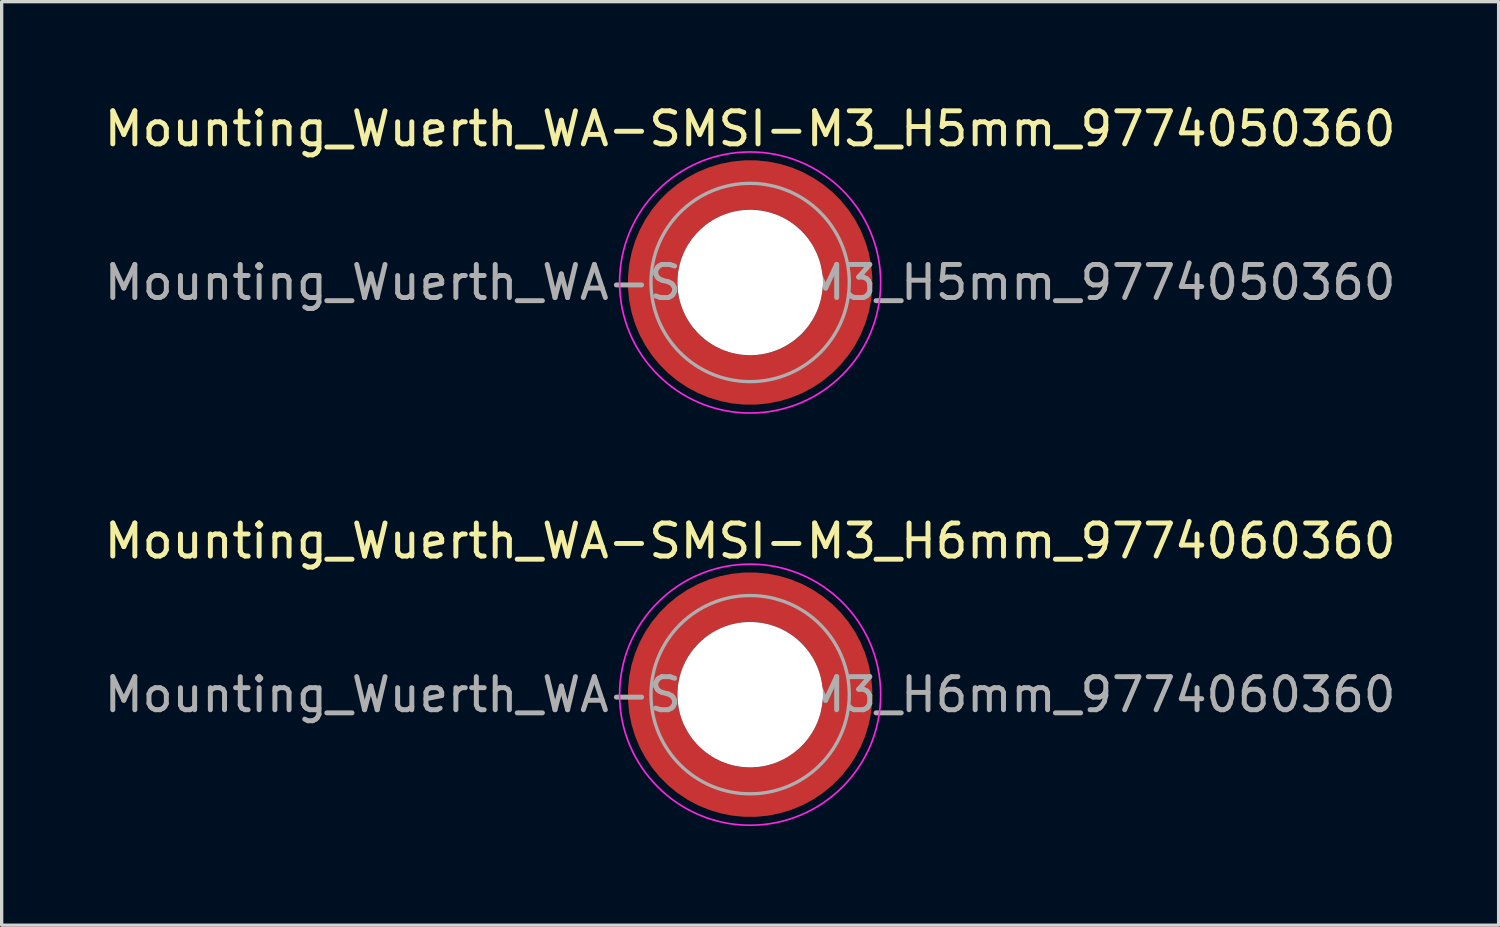
<source format=kicad_pcb>
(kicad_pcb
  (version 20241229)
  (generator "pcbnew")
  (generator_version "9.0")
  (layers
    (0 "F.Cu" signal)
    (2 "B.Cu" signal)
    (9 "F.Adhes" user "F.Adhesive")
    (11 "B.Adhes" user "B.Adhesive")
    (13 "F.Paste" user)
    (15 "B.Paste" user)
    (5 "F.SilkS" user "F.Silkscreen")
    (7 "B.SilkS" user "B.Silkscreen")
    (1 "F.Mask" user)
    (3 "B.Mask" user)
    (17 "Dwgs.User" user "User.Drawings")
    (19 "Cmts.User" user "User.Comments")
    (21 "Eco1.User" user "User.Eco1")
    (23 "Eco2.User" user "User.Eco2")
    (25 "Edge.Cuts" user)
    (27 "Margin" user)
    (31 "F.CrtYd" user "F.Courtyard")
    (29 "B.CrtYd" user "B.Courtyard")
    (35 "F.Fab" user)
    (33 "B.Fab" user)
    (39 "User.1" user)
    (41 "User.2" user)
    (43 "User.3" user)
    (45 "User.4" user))
  (footprint "Mounting_Wuerth_WA-SMSI-M3_H5mm_9774050360"
    (layer "F.Cu")
    (at 19.649 5.498)
    (property "Reference" "Mounting_Wuerth_WA-SMSI-M3_H5mm_9774050360" (at 0 -4.65 0) (layer "F.SilkS") (effects (font (size 1 1) (thickness 0.15))))
    (attr smd)
    (fp_circle (center 0 0) (end 3.95 0) (stroke (width 0.05) (type solid)) (fill no) (layer "F.CrtYd"))
    (fp_circle (center 0 0) (end 3 0) (stroke (width 0.1) (type solid)) (fill no) (layer "F.Fab"))
    (fp_text user "${REFERENCE}" (at 0 0 0) (layer "F.Fab") (effects (font (size 1 1) (thickness 0.15))))
    (pad "" smd custom (at -2.058 -2.058) (size 0.7 0.7) (layers "F.Paste") (options (anchor circle)) (primitives (gr_arc (start -0.377294 1.707681) (mid 0.318198 0.318198) (end 1.707681 -0.377294) (width 0.2)) (gr_arc (start -0.478281 1.707681) (mid 0.247487 0.247487) (end 1.707681 -0.478281) (width 0.2)) (gr_arc (start -0.579192 1.707681) (mid 0.176777 0.176777) (end 1.707681 -0.579192) (width 0.2)) (gr_arc (start -0.680037 1.707681) (mid 0.106066 0.106066) (end 1.707681 -0.680037) (width 0.2)) (gr_arc (start -0.780822 1.707681) (mid 0.035356 0.035356) (end 1.707681 -0.780822) (width 0.2)) (gr_arc (start -0.881554 1.707681) (mid -0.035355 -0.035355) (end 1.707681 -0.881554) (width 0.2)) (gr_arc (start -0.982237 1.707681) (mid -0.106066 -0.106066) (end 1.707681 -0.982237) (width 0.2)) (gr_arc (start -1.082877 1.707681) (mid -0.176777 -0.176777) (end 1.707681 -1.082877) (width 0.2)) (gr_arc (start -1.183476 1.707681) (mid -0.247487 -0.247487) (end 1.707681 -1.183476) (width 0.2)) (gr_arc (start -1.28404 1.707681) (mid -0.318198 -0.318198) (end 1.707681 -1.28404) (width 0.2)) (gr_line (start 1.708 -0.377) (end 1.708 -1.284) (width 0.2)) (gr_line (start -0.377 1.708) (end -1.284 1.708) (width 0.2))))
    (pad "" smd custom (at -2.058 2.058) (size 0.7 0.7) (layers "F.Paste") (options (anchor circle)) (primitives (gr_arc (start 1.707681 0.377294) (mid 0.318198 -0.318198) (end -0.377294 -1.707681) (width 0.2)) (gr_arc (start 1.707681 0.478281) (mid 0.247487 -0.247487) (end -0.478281 -1.707681) (width 0.2)) (gr_arc (start 1.707681 0.579192) (mid 0.176777 -0.176777) (end -0.579192 -1.707681) (width 0.2)) (gr_arc (start 1.707681 0.680037) (mid 0.106066 -0.106066) (end -0.680037 -1.707681) (width 0.2)) (gr_arc (start 1.707681 0.780822) (mid 0.035356 -0.035356) (end -0.780822 -1.707681) (width 0.2)) (gr_arc (start 1.707681 0.881554) (mid -0.035355 0.035355) (end -0.881554 -1.707681) (width 0.2)) (gr_arc (start 1.707681 0.982237) (mid -0.106066 0.106066) (end -0.982237 -1.707681) (width 0.2)) (gr_arc (start 1.707681 1.082877) (mid -0.176777 0.176777) (end -1.082877 -1.707681) (width 0.2)) (gr_arc (start 1.707681 1.183476) (mid -0.247487 0.247487) (end -1.183476 -1.707681) (width 0.2)) (gr_arc (start 1.707681 1.28404) (mid -0.318198 0.318198) (end -1.28404 -1.707681) (width 0.2)) (gr_line (start -0.377 -1.708) (end -1.284 -1.708) (width 0.2)) (gr_line (start 1.708 0.377) (end 1.708 1.284) (width 0.2))))
    (pad "" np_thru_hole circle (at 0 0) (size 4.4 4.4) (drill 4.4) (layers "*.Cu" "*.Mask"))
    (pad "" smd custom (at 2.058 -2.058) (size 0.7 0.7) (layers "F.Paste") (options (anchor circle)) (primitives (gr_arc (start -1.707681 -0.377294) (mid -0.318198 0.318198) (end 0.377294 1.707681) (width 0.2)) (gr_arc (start -1.707681 -0.478281) (mid -0.247487 0.247487) (end 0.478281 1.707681) (width 0.2)) (gr_arc (start -1.707681 -0.579192) (mid -0.176777 0.176777) (end 0.579192 1.707681) (width 0.2)) (gr_arc (start -1.707681 -0.680037) (mid -0.106066 0.106066) (end 0.680037 1.707681) (width 0.2)) (gr_arc (start -1.707681 -0.780822) (mid -0.035356 0.035356) (end 0.780822 1.707681) (width 0.2)) (gr_arc (start -1.707681 -0.881554) (mid 0.035355 -0.035355) (end 0.881554 1.707681) (width 0.2)) (gr_arc (start -1.707681 -0.982237) (mid 0.106066 -0.106066) (end 0.982237 1.707681) (width 0.2)) (gr_arc (start -1.707681 -1.082877) (mid 0.176777 -0.176777) (end 1.082877 1.707681) (width 0.2)) (gr_arc (start -1.707681 -1.183476) (mid 0.247487 -0.247487) (end 1.183476 1.707681) (width 0.2)) (gr_arc (start -1.707681 -1.28404) (mid 0.318198 -0.318198) (end 1.28404 1.707681) (width 0.2)) (gr_line (start 0.377 1.708) (end 1.284 1.708) (width 0.2)) (gr_line (start -1.708 -0.377) (end -1.708 -1.284) (width 0.2))))
    (pad "" smd custom (at 2.058 2.058) (size 0.7 0.7) (layers "F.Paste") (options (anchor circle)) (primitives (gr_arc (start 0.377294 -1.707681) (mid -0.318198 -0.318198) (end -1.707681 0.377294) (width 0.2)) (gr_arc (start 0.478281 -1.707681) (mid -0.247487 -0.247487) (end -1.707681 0.478281) (width 0.2)) (gr_arc (start 0.579192 -1.707681) (mid -0.176777 -0.176777) (end -1.707681 0.579192) (width 0.2)) (gr_arc (start 0.680037 -1.707681) (mid -0.106066 -0.106066) (end -1.707681 0.680037) (width 0.2)) (gr_arc (start 0.780822 -1.707681) (mid -0.035356 -0.035356) (end -1.707681 0.780822) (width 0.2)) (gr_arc (start 0.881554 -1.707681) (mid 0.035355 0.035355) (end -1.707681 0.881554) (width 0.2)) (gr_arc (start 0.982237 -1.707681) (mid 0.106066 0.106066) (end -1.707681 0.982237) (width 0.2)) (gr_arc (start 1.082877 -1.707681) (mid 0.176777 0.176777) (end -1.707681 1.082877) (width 0.2)) (gr_arc (start 1.183476 -1.707681) (mid 0.247487 0.247487) (end -1.707681 1.183476) (width 0.2)) (gr_arc (start 1.28404 -1.707681) (mid 0.318198 0.318198) (end -1.707681 1.28404) (width 0.2)) (gr_line (start -1.708 0.377) (end -1.708 1.284) (width 0.2)) (gr_line (start 0.377 -1.708) (end 1.284 -1.708) (width 0.2))))
    (pad "1" smd circle (at -2.95 0) (size 1.1 1.1) (layers "F.Cu"))
    (pad "1" smd circle (at 0 -2.95) (size 1.1 1.1) (layers "F.Cu"))
    (pad "1" smd circle (at 0 2.95) (size 1.1 1.1) (layers "F.Cu"))
    (pad "1" smd custom (at 2.95 0) (size 1.1 1.1) (layers "F.Cu" "F.Mask") (options (anchor circle)) (primitives (gr_circle (center -2.95 0) (end 0 0) (width 1.5) (fill no)))))
  (footprint "Mounting_Wuerth_WA-SMSI-M3_H6mm_9774060360"
    (layer "F.Cu")
    (at 19.649 17.971)
    (property "Reference" "Mounting_Wuerth_WA-SMSI-M3_H6mm_9774060360" (at 0 -4.65 0) (layer "F.SilkS") (effects (font (size 1 1) (thickness 0.15))))
    (attr smd)
    (fp_circle (center 0 0) (end 3.95 0) (stroke (width 0.05) (type solid)) (fill no) (layer "F.CrtYd"))
    (fp_circle (center 0 0) (end 3 0) (stroke (width 0.1) (type solid)) (fill no) (layer "F.Fab"))
    (fp_text user "${REFERENCE}" (at 0 0 0) (layer "F.Fab") (effects (font (size 1 1) (thickness 0.15))))
    (pad "" smd custom (at -2.058 -2.058) (size 0.7 0.7) (layers "F.Paste") (options (anchor circle)) (primitives (gr_arc (start -0.377294 1.707681) (mid 0.318198 0.318198) (end 1.707681 -0.377294) (width 0.2)) (gr_arc (start -0.478281 1.707681) (mid 0.247487 0.247487) (end 1.707681 -0.478281) (width 0.2)) (gr_arc (start -0.579192 1.707681) (mid 0.176777 0.176777) (end 1.707681 -0.579192) (width 0.2)) (gr_arc (start -0.680037 1.707681) (mid 0.106066 0.106066) (end 1.707681 -0.680037) (width 0.2)) (gr_arc (start -0.780822 1.707681) (mid 0.035356 0.035356) (end 1.707681 -0.780822) (width 0.2)) (gr_arc (start -0.881554 1.707681) (mid -0.035355 -0.035355) (end 1.707681 -0.881554) (width 0.2)) (gr_arc (start -0.982237 1.707681) (mid -0.106066 -0.106066) (end 1.707681 -0.982237) (width 0.2)) (gr_arc (start -1.082877 1.707681) (mid -0.176777 -0.176777) (end 1.707681 -1.082877) (width 0.2)) (gr_arc (start -1.183476 1.707681) (mid -0.247487 -0.247487) (end 1.707681 -1.183476) (width 0.2)) (gr_arc (start -1.28404 1.707681) (mid -0.318198 -0.318198) (end 1.707681 -1.28404) (width 0.2)) (gr_line (start 1.708 -0.377) (end 1.708 -1.284) (width 0.2)) (gr_line (start -0.377 1.708) (end -1.284 1.708) (width 0.2))))
    (pad "" smd custom (at -2.058 2.058) (size 0.7 0.7) (layers "F.Paste") (options (anchor circle)) (primitives (gr_arc (start 1.707681 0.377294) (mid 0.318198 -0.318198) (end -0.377294 -1.707681) (width 0.2)) (gr_arc (start 1.707681 0.478281) (mid 0.247487 -0.247487) (end -0.478281 -1.707681) (width 0.2)) (gr_arc (start 1.707681 0.579192) (mid 0.176777 -0.176777) (end -0.579192 -1.707681) (width 0.2)) (gr_arc (start 1.707681 0.680037) (mid 0.106066 -0.106066) (end -0.680037 -1.707681) (width 0.2)) (gr_arc (start 1.707681 0.780822) (mid 0.035356 -0.035356) (end -0.780822 -1.707681) (width 0.2)) (gr_arc (start 1.707681 0.881554) (mid -0.035355 0.035355) (end -0.881554 -1.707681) (width 0.2)) (gr_arc (start 1.707681 0.982237) (mid -0.106066 0.106066) (end -0.982237 -1.707681) (width 0.2)) (gr_arc (start 1.707681 1.082877) (mid -0.176777 0.176777) (end -1.082877 -1.707681) (width 0.2)) (gr_arc (start 1.707681 1.183476) (mid -0.247487 0.247487) (end -1.183476 -1.707681) (width 0.2)) (gr_arc (start 1.707681 1.28404) (mid -0.318198 0.318198) (end -1.28404 -1.707681) (width 0.2)) (gr_line (start -0.377 -1.708) (end -1.284 -1.708) (width 0.2)) (gr_line (start 1.708 0.377) (end 1.708 1.284) (width 0.2))))
    (pad "" np_thru_hole circle (at 0 0) (size 4.4 4.4) (drill 4.4) (layers "*.Cu" "*.Mask"))
    (pad "" smd custom (at 2.058 -2.058) (size 0.7 0.7) (layers "F.Paste") (options (anchor circle)) (primitives (gr_arc (start -1.707681 -0.377294) (mid -0.318198 0.318198) (end 0.377294 1.707681) (width 0.2)) (gr_arc (start -1.707681 -0.478281) (mid -0.247487 0.247487) (end 0.478281 1.707681) (width 0.2)) (gr_arc (start -1.707681 -0.579192) (mid -0.176777 0.176777) (end 0.579192 1.707681) (width 0.2)) (gr_arc (start -1.707681 -0.680037) (mid -0.106066 0.106066) (end 0.680037 1.707681) (width 0.2)) (gr_arc (start -1.707681 -0.780822) (mid -0.035356 0.035356) (end 0.780822 1.707681) (width 0.2)) (gr_arc (start -1.707681 -0.881554) (mid 0.035355 -0.035355) (end 0.881554 1.707681) (width 0.2)) (gr_arc (start -1.707681 -0.982237) (mid 0.106066 -0.106066) (end 0.982237 1.707681) (width 0.2)) (gr_arc (start -1.707681 -1.082877) (mid 0.176777 -0.176777) (end 1.082877 1.707681) (width 0.2)) (gr_arc (start -1.707681 -1.183476) (mid 0.247487 -0.247487) (end 1.183476 1.707681) (width 0.2)) (gr_arc (start -1.707681 -1.28404) (mid 0.318198 -0.318198) (end 1.28404 1.707681) (width 0.2)) (gr_line (start 0.377 1.708) (end 1.284 1.708) (width 0.2)) (gr_line (start -1.708 -0.377) (end -1.708 -1.284) (width 0.2))))
    (pad "" smd custom (at 2.058 2.058) (size 0.7 0.7) (layers "F.Paste") (options (anchor circle)) (primitives (gr_arc (start 0.377294 -1.707681) (mid -0.318198 -0.318198) (end -1.707681 0.377294) (width 0.2)) (gr_arc (start 0.478281 -1.707681) (mid -0.247487 -0.247487) (end -1.707681 0.478281) (width 0.2)) (gr_arc (start 0.579192 -1.707681) (mid -0.176777 -0.176777) (end -1.707681 0.579192) (width 0.2)) (gr_arc (start 0.680037 -1.707681) (mid -0.106066 -0.106066) (end -1.707681 0.680037) (width 0.2)) (gr_arc (start 0.780822 -1.707681) (mid -0.035356 -0.035356) (end -1.707681 0.780822) (width 0.2)) (gr_arc (start 0.881554 -1.707681) (mid 0.035355 0.035355) (end -1.707681 0.881554) (width 0.2)) (gr_arc (start 0.982237 -1.707681) (mid 0.106066 0.106066) (end -1.707681 0.982237) (width 0.2)) (gr_arc (start 1.082877 -1.707681) (mid 0.176777 0.176777) (end -1.707681 1.082877) (width 0.2)) (gr_arc (start 1.183476 -1.707681) (mid 0.247487 0.247487) (end -1.707681 1.183476) (width 0.2)) (gr_arc (start 1.28404 -1.707681) (mid 0.318198 0.318198) (end -1.707681 1.28404) (width 0.2)) (gr_line (start -1.708 0.377) (end -1.708 1.284) (width 0.2)) (gr_line (start 0.377 -1.708) (end 1.284 -1.708) (width 0.2))))
    (pad "1" smd circle (at -2.95 0) (size 1.1 1.1) (layers "F.Cu"))
    (pad "1" smd circle (at 0 -2.95) (size 1.1 1.1) (layers "F.Cu"))
    (pad "1" smd circle (at 0 2.95) (size 1.1 1.1) (layers "F.Cu"))
    (pad "1" smd custom (at 2.95 0) (size 1.1 1.1) (layers "F.Cu" "F.Mask") (options (anchor circle)) (primitives (gr_circle (center -2.95 0) (end 0 0) (width 1.5) (fill no)))))
  (gr_rect
    (start -3 -3)
    (end 42.298 24.947)
    (stroke (width 0.1) (type default))
    (fill no)
    (layer "Edge.Cuts")))
</source>
